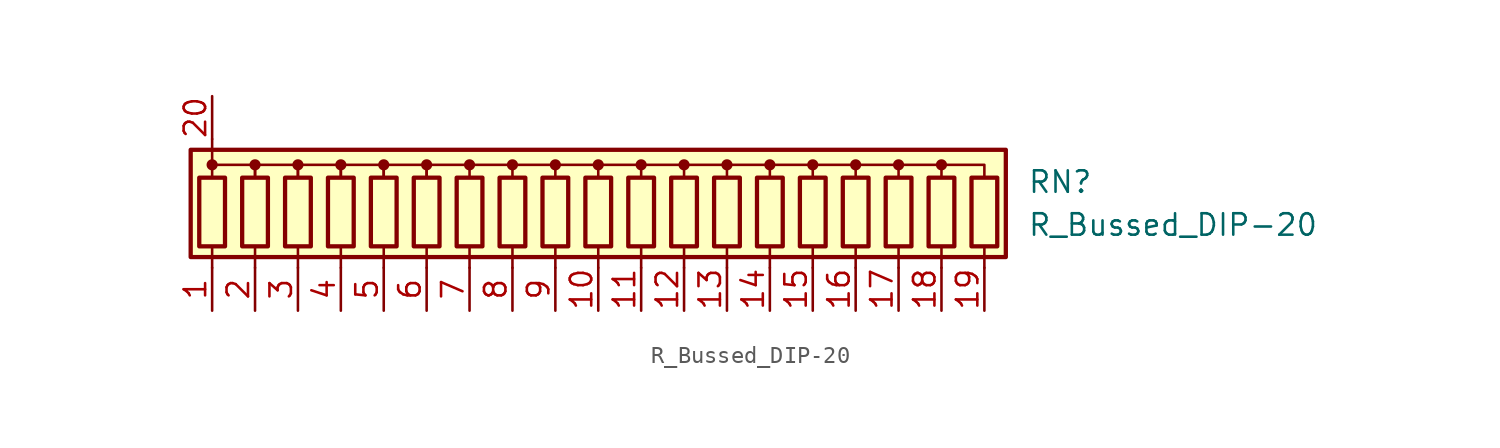
<source format=kicad_sym>
(kicad_symbol_lib
  (version 20211014)
  (generator kicad_symbol_editor)
  (symbol "R_Bussed_DIP-20"
    (pin_names
      (offset 0.002) hide)
    (property "Reference" "RN"
      (at 25.4 1.27 0)
      (effects (font (size 1.27 1.27)) (justify left)))
    (property "Value" "R_Bussed_DIP-20"
      (at 25.4 -1.27 0)
      (effects (font (size 1.27 1.27)) (justify left)))
    (symbol "R_Bussed_DIP-20_0_1"
      (rectangle (start -24.13 3.175) (end 24.13 -3.175) (stroke (width 0.254) (type default) (color 0 0 0 0)) (fill (type background)))
      (rectangle (start -23.622 1.524) (end -22.098 -2.54) (stroke (width 0.254) (type default) (color 0 0 0 0)) (fill (type none)))
      (circle (center -22.86 2.286) (radius 0.254) (stroke (width 0) (type default) (color 0 0 0 0)) (fill (type outline)))
      (rectangle (start -21.082 1.524) (end -19.558 -2.54) (stroke (width 0.254) (type default) (color 0 0 0 0)) (fill (type none)))
      (circle (center -20.32 2.286) (radius 0.254) (stroke (width 0) (type default) (color 0 0 0 0)) (fill (type outline)))
      (rectangle (start -18.542 1.524) (end -17.018 -2.54) (stroke (width 0.254) (type default) (color 0 0 0 0)) (fill (type none)))
      (circle (center -17.78 2.286) (radius 0.254) (stroke (width 0) (type default) (color 0 0 0 0)) (fill (type outline)))
      (rectangle (start -16.002 1.524) (end -14.478 -2.54) (stroke (width 0.254) (type default) (color 0 0 0 0)) (fill (type none)))
      (circle (center -15.24 2.286) (radius 0.254) (stroke (width 0) (type default) (color 0 0 0 0)) (fill (type outline)))
      (rectangle (start -13.462 1.524) (end -11.938 -2.54) (stroke (width 0.254) (type default) (color 0 0 0 0)) (fill (type none)))
      (circle (center -12.7 2.286) (radius 0.254) (stroke (width 0) (type default) (color 0 0 0 0)) (fill (type outline)))
      (rectangle (start -10.922 1.524) (end -9.398 -2.54) (stroke (width 0.254) (type default) (color 0 0 0 0)) (fill (type none)))
      (circle (center -10.16 2.286) (radius 0.254) (stroke (width 0) (type default) (color 0 0 0 0)) (fill (type outline)))
      (rectangle (start -8.382 1.524) (end -6.858 -2.54) (stroke (width 0.254) (type default) (color 0 0 0 0)) (fill (type none)))
      (circle (center -7.62 2.286) (radius 0.254) (stroke (width 0) (type default) (color 0 0 0 0)) (fill (type outline)))
      (rectangle (start -5.842 1.524) (end -4.318 -2.54) (stroke (width 0.254) (type default) (color 0 0 0 0)) (fill (type none)))
      (circle (center -5.08 2.286) (radius 0.254) (stroke (width 0) (type default) (color 0 0 0 0)) (fill (type outline)))
      (rectangle (start -3.302 1.524) (end -1.778 -2.54) (stroke (width 0.254) (type default) (color 0 0 0 0)) (fill (type none)))
      (circle (center -2.54 2.286) (radius 0.254) (stroke (width 0) (type default) (color 0 0 0 0)) (fill (type outline)))
      (rectangle (start -0.762 1.524) (end 0.762 -2.54) (stroke (width 0.254) (type default) (color 0 0 0 0)) (fill (type none)))
      (polyline (pts (xy -22.86 -2.54) (xy -22.86 -3.81)) (stroke (width 0) (type default) (color 0 0 0 0)) (fill (type none)))
      (polyline (pts (xy -22.86 3.81) (xy -22.86 2.54)) (stroke (width 0) (type default) (color 0 0 0 0)) (fill (type none)))
      (polyline (pts (xy -20.32 -2.54) (xy -20.32 -3.81)) (stroke (width 0) (type default) (color 0 0 0 0)) (fill (type none)))
      (polyline (pts (xy -17.78 -2.54) (xy -17.78 -3.81)) (stroke (width 0) (type default) (color 0 0 0 0)) (fill (type none)))
      (polyline (pts (xy -15.24 -2.54) (xy -15.24 -3.81)) (stroke (width 0) (type default) (color 0 0 0 0)) (fill (type none)))
      (polyline (pts (xy -12.7 -2.54) (xy -12.7 -3.81)) (stroke (width 0) (type default) (color 0 0 0 0)) (fill (type none)))
      (polyline (pts (xy -10.16 -2.54) (xy -10.16 -3.81)) (stroke (width 0) (type default) (color 0 0 0 0)) (fill (type none)))
      (polyline (pts (xy -7.62 -2.54) (xy -7.62 -3.81)) (stroke (width 0) (type default) (color 0 0 0 0)) (fill (type none)))
      (polyline (pts (xy -5.08 -2.54) (xy -5.08 -3.81)) (stroke (width 0) (type default) (color 0 0 0 0)) (fill (type none)))
      (polyline (pts (xy -2.54 -2.54) (xy -2.54 -3.81)) (stroke (width 0) (type default) (color 0 0 0 0)) (fill (type none)))
      (polyline (pts (xy 0 -2.54) (xy 0 -3.81)) (stroke (width 0) (type default) (color 0 0 0 0)) (fill (type none)))
      (polyline (pts (xy 2.54 -2.54) (xy 2.54 -3.81)) (stroke (width 0) (type default) (color 0 0 0 0)) (fill (type none)))
      (polyline (pts (xy 5.08 -2.54) (xy 5.08 -3.81)) (stroke (width 0) (type default) (color 0 0 0 0)) (fill (type none)))
      (polyline (pts (xy 7.62 -2.54) (xy 7.62 -3.81)) (stroke (width 0) (type default) (color 0 0 0 0)) (fill (type none)))
      (polyline (pts (xy 10.16 -2.54) (xy 10.16 -3.81)) (stroke (width 0) (type default) (color 0 0 0 0)) (fill (type none)))
      (polyline (pts (xy 12.7 -2.54) (xy 12.7 -3.81)) (stroke (width 0) (type default) (color 0 0 0 0)) (fill (type none)))
      (polyline (pts (xy 15.24 -2.54) (xy 15.24 -3.81)) (stroke (width 0) (type default) (color 0 0 0 0)) (fill (type none)))
      (polyline (pts (xy 17.78 -2.54) (xy 17.78 -3.81)) (stroke (width 0) (type default) (color 0 0 0 0)) (fill (type none)))
      (polyline (pts (xy 20.32 -2.54) (xy 20.32 -3.81)) (stroke (width 0) (type default) (color 0 0 0 0)) (fill (type none)))
      (polyline (pts (xy 22.86 -2.54) (xy 22.86 -3.81)) (stroke (width 0) (type default) (color 0 0 0 0)) (fill (type none)))
      (polyline (pts (xy -5.08 1.524) (xy -5.08 2.286) (xy -7.62 2.286)) (stroke (width 0.152) (type default) (color 0 0 0 0)) (fill (type none)))
      (polyline (pts (xy -2.54 1.524) (xy -2.54 2.286) (xy -5.08 2.286)) (stroke (width 0.152) (type default) (color 0 0 0 0)) (fill (type none)))
      (polyline (pts (xy 0 1.524) (xy 0 2.286) (xy -2.54 2.286)) (stroke (width 0.152) (type default) (color 0 0 0 0)) (fill (type none)))
      (polyline (pts (xy 2.54 1.524) (xy 2.54 2.286) (xy 0 2.286)) (stroke (width 0.152) (type default) (color 0 0 0 0)) (fill (type none)))
      (polyline (pts (xy 5.08 1.524) (xy 5.08 2.286) (xy 2.54 2.286)) (stroke (width 0.152) (type default) (color 0 0 0 0)) (fill (type none)))
      (polyline (pts (xy 7.62 1.524) (xy 7.62 2.286) (xy 5.08 2.286)) (stroke (width 0.152) (type default) (color 0 0 0 0)) (fill (type none)))
      (polyline (pts (xy 10.16 1.524) (xy 10.16 2.286) (xy 7.62 2.286)) (stroke (width 0.152) (type default) (color 0 0 0 0)) (fill (type none)))
      (polyline (pts (xy 12.7 1.524) (xy 12.7 2.286) (xy 10.16 2.286)) (stroke (width 0.152) (type default) (color 0 0 0 0)) (fill (type none)))
      (polyline (pts (xy 15.24 1.524) (xy 15.24 2.286) (xy 12.7 2.286)) (stroke (width 0.152) (type default) (color 0 0 0 0)) (fill (type none)))
      (polyline (pts (xy 17.78 1.524) (xy 17.78 2.286) (xy 15.24 2.286)) (stroke (width 0.152) (type default) (color 0 0 0 0)) (fill (type none)))
      (polyline (pts (xy 20.32 1.524) (xy 20.32 2.286) (xy 17.78 2.286)) (stroke (width 0.152) (type default) (color 0 0 0 0)) (fill (type none)))
      (polyline (pts (xy 22.86 1.524) (xy 22.86 2.286) (xy 20.32 2.286)) (stroke (width 0.152) (type default) (color 0 0 0 0)) (fill (type none)))
      (polyline (pts (xy -22.86 1.524) (xy -22.86 2.286) (xy -20.32 2.286) (xy -20.32 1.524)) (stroke (width 0) (type default) (color 0 0 0 0)) (fill (type none)))
      (polyline (pts (xy -20.32 1.524) (xy -20.32 2.286) (xy -17.78 2.286) (xy -17.78 1.524)) (stroke (width 0) (type default) (color 0 0 0 0)) (fill (type none)))
      (polyline (pts (xy -17.78 1.524) (xy -17.78 2.286) (xy -15.24 2.286) (xy -15.24 1.524)) (stroke (width 0) (type default) (color 0 0 0 0)) (fill (type none)))
      (polyline (pts (xy -15.24 1.524) (xy -15.24 2.286) (xy -12.7 2.286) (xy -12.7 1.524)) (stroke (width 0) (type default) (color 0 0 0 0)) (fill (type none)))
      (polyline (pts (xy -12.7 1.524) (xy -12.7 2.286) (xy -10.16 2.286) (xy -10.16 1.524)) (stroke (width 0) (type default) (color 0 0 0 0)) (fill (type none)))
      (polyline (pts (xy -10.16 1.524) (xy -10.16 2.286) (xy -7.62 2.286) (xy -7.62 1.524)) (stroke (width 0) (type default) (color 0 0 0 0)) (fill (type none)))
      (circle (center 0 2.286) (radius 0.254) (stroke (width 0) (type default) (color 0 0 0 0)) (fill (type outline)))
      (rectangle (start 1.778 1.524) (end 3.302 -2.54) (stroke (width 0.254) (type default) (color 0 0 0 0)) (fill (type none)))
      (circle (center 2.54 2.286) (radius 0.254) (stroke (width 0) (type default) (color 0 0 0 0)) (fill (type outline)))
      (rectangle (start 4.318 1.524) (end 5.842 -2.54) (stroke (width 0.254) (type default) (color 0 0 0 0)) (fill (type none)))
      (circle (center 5.08 2.286) (radius 0.254) (stroke (width 0) (type default) (color 0 0 0 0)) (fill (type outline)))
      (rectangle (start 6.858 1.524) (end 8.382 -2.54) (stroke (width 0.254) (type default) (color 0 0 0 0)) (fill (type none)))
      (circle (center 7.62 2.286) (radius 0.254) (stroke (width 0) (type default) (color 0 0 0 0)) (fill (type outline)))
      (rectangle (start 9.398 1.524) (end 10.922 -2.54) (stroke (width 0.254) (type default) (color 0 0 0 0)) (fill (type none)))
      (circle (center 10.16 2.286) (radius 0.254) (stroke (width 0) (type default) (color 0 0 0 0)) (fill (type outline)))
      (rectangle (start 11.938 1.524) (end 13.462 -2.54) (stroke (width 0.254) (type default) (color 0 0 0 0)) (fill (type none)))
      (circle (center 12.7 2.286) (radius 0.254) (stroke (width 0) (type default) (color 0 0 0 0)) (fill (type outline)))
      (rectangle (start 14.478 1.524) (end 16.002 -2.54) (stroke (width 0.254) (type default) (color 0 0 0 0)) (fill (type none)))
      (circle (center 15.24 2.286) (radius 0.254) (stroke (width 0) (type default) (color 0 0 0 0)) (fill (type outline)))
      (rectangle (start 17.018 1.524) (end 18.542 -2.54) (stroke (width 0.254) (type default) (color 0 0 0 0)) (fill (type none)))
      (circle (center 17.78 2.286) (radius 0.254) (stroke (width 0) (type default) (color 0 0 0 0)) (fill (type outline)))
      (rectangle (start 19.558 1.524) (end 21.082 -2.54) (stroke (width 0.254) (type default) (color 0 0 0 0)) (fill (type none)))
      (circle (center 20.32 2.286) (radius 0.254) (stroke (width 0) (type default) (color 0 0 0 0)) (fill (type outline)))
      (rectangle (start 22.098 1.524) (end 23.622 -2.54) (stroke (width 0.254) (type default) (color 0 0 0 0)) (fill (type none))))
    (symbol "R_Bussed_DIP-20_1_1"
      (pin passive line (at -22.86 -6.35 90) (length 2.54) (name "R1" (effects (font (size 1.27 1.27)))) (number "1" (effects (font (size 1.27 1.27)))))
      (pin passive line (at 0 -6.35 90) (length 2.54) (name "R10" (effects (font (size 1.27 1.27)))) (number "10" (effects (font (size 1.27 1.27)))))
      (pin passive line (at 2.54 -6.35 90) (length 2.54) (name "R11" (effects (font (size 1.27 1.27)))) (number "11" (effects (font (size 1.27 1.27)))))
      (pin passive line (at 5.08 -6.35 90) (length 2.54) (name "R12" (effects (font (size 1.27 1.27)))) (number "12" (effects (font (size 1.27 1.27)))))
      (pin passive line (at 7.62 -6.35 90) (length 2.54) (name "R13" (effects (font (size 1.27 1.27)))) (number "13" (effects (font (size 1.27 1.27)))))
      (pin passive line (at 10.16 -6.35 90) (length 2.54) (name "R14" (effects (font (size 1.27 1.27)))) (number "14" (effects (font (size 1.27 1.27)))))
      (pin passive line (at 12.7 -6.35 90) (length 2.54) (name "R15" (effects (font (size 1.27 1.27)))) (number "15" (effects (font (size 1.27 1.27)))))
      (pin passive line (at 15.24 -6.35 90) (length 2.54) (name "R16" (effects (font (size 1.27 1.27)))) (number "16" (effects (font (size 1.27 1.27)))))
      (pin passive line (at 17.78 -6.35 90) (length 2.54) (name "R17" (effects (font (size 1.27 1.27)))) (number "17" (effects (font (size 1.27 1.27)))))
      (pin passive line (at 20.32 -6.35 90) (length 2.54) (name "R18" (effects (font (size 1.27 1.27)))) (number "18" (effects (font (size 1.27 1.27)))))
      (pin passive line (at 22.86 -6.35 90) (length 2.54) (name "R19" (effects (font (size 1.27 1.27)))) (number "19" (effects (font (size 1.27 1.27)))))
      (pin passive line (at -20.32 -6.35 90) (length 2.54) (name "R2" (effects (font (size 1.27 1.27)))) (number "2" (effects (font (size 1.27 1.27)))))
      (pin passive line (at -22.86 6.35 270) (length 2.54) (name "common" (effects (font (size 1.27 1.27)))) (number "20" (effects (font (size 1.27 1.27)))))
      (pin passive line (at -17.78 -6.35 90) (length 2.54) (name "R3" (effects (font (size 1.27 1.27)))) (number "3" (effects (font (size 1.27 1.27)))))
      (pin passive line (at -15.24 -6.35 90) (length 2.54) (name "R4" (effects (font (size 1.27 1.27)))) (number "4" (effects (font (size 1.27 1.27)))))
      (pin passive line (at -12.7 -6.35 90) (length 2.54) (name "R5" (effects (font (size 1.27 1.27)))) (number "5" (effects (font (size 1.27 1.27)))))
      (pin passive line (at -10.16 -6.35 90) (length 2.54) (name "R6" (effects (font (size 1.27 1.27)))) (number "6" (effects (font (size 1.27 1.27)))))
      (pin passive line (at -7.62 -6.35 90) (length 2.54) (name "R7" (effects (font (size 1.27 1.27)))) (number "7" (effects (font (size 1.27 1.27)))))
      (pin passive line (at -5.08 -6.35 90) (length 2.54) (name "R8" (effects (font (size 1.27 1.27)))) (number "8" (effects (font (size 1.27 1.27)))))
      (pin passive line (at -2.54 -6.35 90) (length 2.54) (name "R9" (effects (font (size 1.27 1.27)))) (number "9" (effects (font (size 1.27 1.27))))))))
</source>
